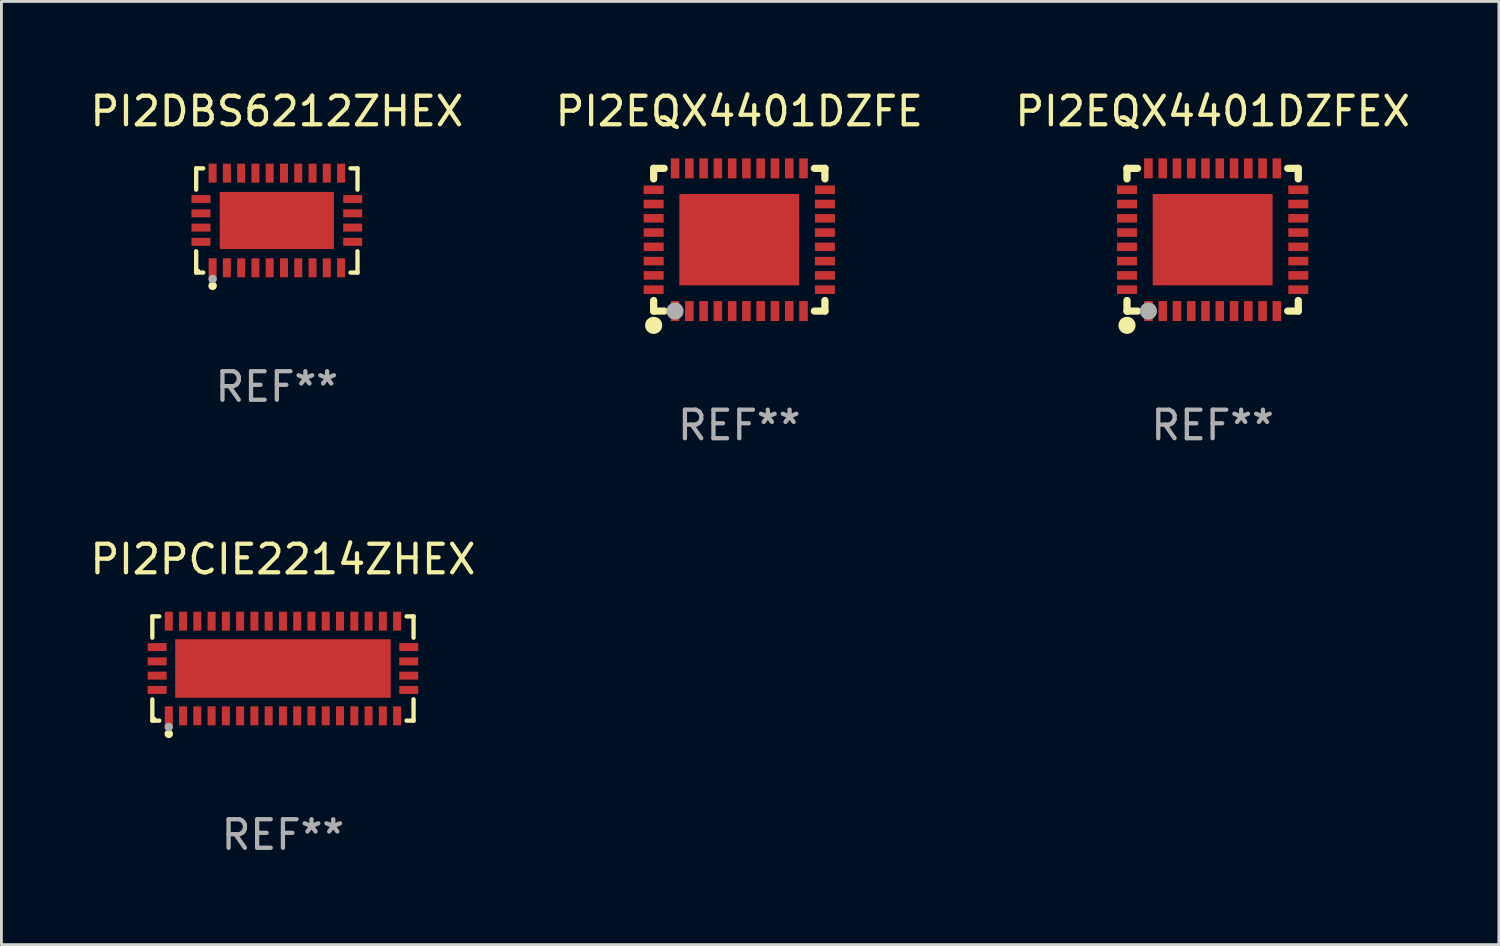
<source format=kicad_pcb>
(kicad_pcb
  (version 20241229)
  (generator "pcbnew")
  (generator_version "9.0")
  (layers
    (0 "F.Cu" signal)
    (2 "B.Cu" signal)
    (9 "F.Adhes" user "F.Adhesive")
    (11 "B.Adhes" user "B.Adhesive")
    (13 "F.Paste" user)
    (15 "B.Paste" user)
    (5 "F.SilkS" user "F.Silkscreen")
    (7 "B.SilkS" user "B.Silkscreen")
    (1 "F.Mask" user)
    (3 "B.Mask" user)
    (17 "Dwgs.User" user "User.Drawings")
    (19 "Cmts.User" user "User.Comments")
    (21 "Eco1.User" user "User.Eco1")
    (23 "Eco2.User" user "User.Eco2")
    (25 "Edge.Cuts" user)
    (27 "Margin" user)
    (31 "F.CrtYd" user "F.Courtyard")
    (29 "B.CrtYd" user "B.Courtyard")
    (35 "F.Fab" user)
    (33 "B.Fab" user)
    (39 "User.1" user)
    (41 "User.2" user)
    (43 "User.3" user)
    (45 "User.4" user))
  (footprint "PI2EQX4401DZFE"
    (layer "F.Cu")
    (at 22.851 5.348)
    (property "Reference" "PI2EQX4401DZFE" (at 0 -4.5 0) (layer "F.SilkS") (effects (font (size 1 1) (thickness 0.15))))
    (attr through_hole)
    (fp_line (start -3 -2.5) (end -3 -2.131) (stroke (width 0.254) (type solid)) (layer "F.SilkS"))
    (fp_line (start -3 -2.5) (end -2.631 -2.5) (stroke (width 0.254) (type solid)) (layer "F.SilkS"))
    (fp_line (start -3 2.131) (end -3 2.5) (stroke (width 0.254) (type solid)) (layer "F.SilkS"))
    (fp_line (start -3 2.5) (end -2.631 2.5) (stroke (width 0.254) (type solid)) (layer "F.SilkS"))
    (fp_line (start 2.631 -2.5) (end 3 -2.5) (stroke (width 0.254) (type solid)) (layer "F.SilkS"))
    (fp_line (start 2.631 2.5) (end 3 2.5) (stroke (width 0.254) (type solid)) (layer "F.SilkS"))
    (fp_line (start 3 -2.131) (end 3 -2.5) (stroke (width 0.254) (type solid)) (layer "F.SilkS"))
    (fp_line (start 3 2.5) (end 3 2.131) (stroke (width 0.254) (type solid)) (layer "F.SilkS"))
    (fp_circle (center -3 2.5) (end -2.97 2.5) (stroke (width 0.06) (type solid)) (fill no) (layer "F.SilkS"))
    (fp_circle (center -3 3) (end -2.85 3) (stroke (width 0.3) (type solid)) (fill no) (layer "F.SilkS"))
    (fp_circle (center -2.25 2.5) (end -2.1 2.5) (stroke (width 0.3) (type solid)) (fill no) (layer "F.Fab"))
    (fp_text user "REF**" (at 0 6.5 0) (layer "F.Fab") (effects (font (size 1 1) (thickness 0.15))))
    (pad "1" smd rect (at -2.25 2.5 180) (size 0.3 0.7) (layers "F.Cu" "F.Mask" "F.Paste"))
    (pad "2" smd rect (at -1.75 2.5 180) (size 0.3 0.7) (layers "F.Cu" "F.Mask" "F.Paste"))
    (pad "3" smd rect (at -1.25 2.5 180) (size 0.3 0.7) (layers "F.Cu" "F.Mask" "F.Paste"))
    (pad "4" smd rect (at -0.75 2.5 180) (size 0.3 0.7) (layers "F.Cu" "F.Mask" "F.Paste"))
    (pad "5" smd rect (at -0.25 2.5 180) (size 0.3 0.7) (layers "F.Cu" "F.Mask" "F.Paste"))
    (pad "6" smd rect (at 0.25 2.5 180) (size 0.3 0.7) (layers "F.Cu" "F.Mask" "F.Paste"))
    (pad "7" smd rect (at 0.75 2.5 180) (size 0.3 0.7) (layers "F.Cu" "F.Mask" "F.Paste"))
    (pad "8" smd rect (at 1.25 2.5 180) (size 0.3 0.7) (layers "F.Cu" "F.Mask" "F.Paste"))
    (pad "9" smd rect (at 1.75 2.5 180) (size 0.3 0.7) (layers "F.Cu" "F.Mask" "F.Paste"))
    (pad "10" smd rect (at 2.25 2.5 180) (size 0.3 0.7) (layers "F.Cu" "F.Mask" "F.Paste"))
    (pad "11" smd rect (at 3 1.75 270) (size 0.3 0.7) (layers "F.Cu" "F.Mask" "F.Paste"))
    (pad "12" smd rect (at 3 1.25 270) (size 0.3 0.7) (layers "F.Cu" "F.Mask" "F.Paste"))
    (pad "13" smd rect (at 3 0.75 270) (size 0.3 0.7) (layers "F.Cu" "F.Mask" "F.Paste"))
    (pad "14" smd rect (at 3 0.25 270) (size 0.3 0.7) (layers "F.Cu" "F.Mask" "F.Paste"))
    (pad "15" smd rect (at 3 -0.25 270) (size 0.3 0.7) (layers "F.Cu" "F.Mask" "F.Paste"))
    (pad "16" smd rect (at 3 -0.75 270) (size 0.3 0.7) (layers "F.Cu" "F.Mask" "F.Paste"))
    (pad "17" smd rect (at 3 -1.25 270) (size 0.3 0.7) (layers "F.Cu" "F.Mask" "F.Paste"))
    (pad "18" smd rect (at 3 -1.75 270) (size 0.3 0.7) (layers "F.Cu" "F.Mask" "F.Paste"))
    (pad "19" smd rect (at 2.25 -2.5) (size 0.3 0.7) (layers "F.Cu" "F.Mask" "F.Paste"))
    (pad "20" smd rect (at 1.75 -2.5) (size 0.3 0.7) (layers "F.Cu" "F.Mask" "F.Paste"))
    (pad "21" smd rect (at 1.25 -2.5) (size 0.3 0.7) (layers "F.Cu" "F.Mask" "F.Paste"))
    (pad "22" smd rect (at 0.75 -2.5) (size 0.3 0.7) (layers "F.Cu" "F.Mask" "F.Paste"))
    (pad "23" smd rect (at 0.25 -2.5) (size 0.3 0.7) (layers "F.Cu" "F.Mask" "F.Paste"))
    (pad "24" smd rect (at -0.25 -2.5) (size 0.3 0.7) (layers "F.Cu" "F.Mask" "F.Paste"))
    (pad "25" smd rect (at -0.75 -2.5) (size 0.3 0.7) (layers "F.Cu" "F.Mask" "F.Paste"))
    (pad "26" smd rect (at -1.25 -2.5) (size 0.3 0.7) (layers "F.Cu" "F.Mask" "F.Paste"))
    (pad "27" smd rect (at -1.75 -2.5) (size 0.3 0.7) (layers "F.Cu" "F.Mask" "F.Paste"))
    (pad "28" smd rect (at -2.25 -2.5) (size 0.3 0.7) (layers "F.Cu" "F.Mask" "F.Paste"))
    (pad "29" smd rect (at -3 -1.75 90) (size 0.3 0.7) (layers "F.Cu" "F.Mask" "F.Paste"))
    (pad "30" smd rect (at -3 -1.25 90) (size 0.3 0.7) (layers "F.Cu" "F.Mask" "F.Paste"))
    (pad "31" smd rect (at -3 -0.75 90) (size 0.3 0.7) (layers "F.Cu" "F.Mask" "F.Paste"))
    (pad "32" smd rect (at -3 -0.25 90) (size 0.3 0.7) (layers "F.Cu" "F.Mask" "F.Paste"))
    (pad "33" smd rect (at -3 0.25 90) (size 0.3 0.7) (layers "F.Cu" "F.Mask" "F.Paste"))
    (pad "34" smd rect (at -3 0.75 90) (size 0.3 0.7) (layers "F.Cu" "F.Mask" "F.Paste"))
    (pad "35" smd rect (at -3 1.25 90) (size 0.3 0.7) (layers "F.Cu" "F.Mask" "F.Paste"))
    (pad "36" smd rect (at -3 1.75 90) (size 0.3 0.7) (layers "F.Cu" "F.Mask" "F.Paste"))
    (pad "37" smd rect (at 0.000038 0.000089 90) (size 3.2 4.2) (layers "F.Cu" "F.Mask" "F.Paste")))
  (footprint "PI2PCIE2214ZHEX"
    (layer "F.Cu")
    (at 6.863 20.371)
    (property "Reference" "PI2PCIE2214ZHEX" (at 0 -3.826 0) (layer "F.SilkS") (effects (font (size 1 1) (thickness 0.15))))
    (attr through_hole)
    (fp_line (start -4.576 -1.826) (end -4.331 -1.826) (stroke (width 0.152) (type solid)) (layer "F.SilkS"))
    (fp_line (start -4.576 -1.08) (end -4.576 -1.826) (stroke (width 0.152) (type solid)) (layer "F.SilkS"))
    (fp_line (start -4.576 1.08) (end -4.576 1.826) (stroke (width 0.152) (type solid)) (layer "F.SilkS"))
    (fp_line (start -4.576 1.826) (end -4.331 1.826) (stroke (width 0.152) (type solid)) (layer "F.SilkS"))
    (fp_line (start 4.576 -1.826) (end 4.331 -1.826) (stroke (width 0.152) (type solid)) (layer "F.SilkS"))
    (fp_line (start 4.576 -1.08) (end 4.576 -1.826) (stroke (width 0.152) (type solid)) (layer "F.SilkS"))
    (fp_line (start 4.576 1.08) (end 4.576 1.826) (stroke (width 0.152) (type solid)) (layer "F.SilkS"))
    (fp_line (start 4.576 1.826) (end 4.331 1.826) (stroke (width 0.152) (type solid)) (layer "F.SilkS"))
    (fp_circle (center -4.5 1.75) (end -4.47 1.75) (stroke (width 0.06) (type solid)) (fill no) (layer "F.SilkS"))
    (fp_circle (center -4 2.29) (end -3.925 2.29) (stroke (width 0.15) (type solid)) (fill no) (layer "F.SilkS"))
    (fp_circle (center -4 2.05) (end -3.925 2.05) (stroke (width 0.15) (type solid)) (fill no) (layer "F.Fab"))
    (fp_text user "REF**" (at 0 5.826 0) (layer "F.Fab") (effects (font (size 1 1) (thickness 0.15))))
    (pad "1" smd rect (at -4 1.658) (size 0.28 0.665) (layers "F.Cu" "F.Mask" "F.Paste"))
    (pad "2" smd rect (at -3.5 1.658) (size 0.28 0.665) (layers "F.Cu" "F.Mask" "F.Paste"))
    (pad "3" smd rect (at -3 1.658) (size 0.28 0.665) (layers "F.Cu" "F.Mask" "F.Paste"))
    (pad "4" smd rect (at -2.5 1.658) (size 0.28 0.665) (layers "F.Cu" "F.Mask" "F.Paste"))
    (pad "5" smd rect (at -2 1.658) (size 0.28 0.665) (layers "F.Cu" "F.Mask" "F.Paste"))
    (pad "6" smd rect (at -1.5 1.658) (size 0.28 0.665) (layers "F.Cu" "F.Mask" "F.Paste"))
    (pad "7" smd rect (at -1 1.658) (size 0.28 0.665) (layers "F.Cu" "F.Mask" "F.Paste"))
    (pad "8" smd rect (at -0.5 1.658) (size 0.28 0.665) (layers "F.Cu" "F.Mask" "F.Paste"))
    (pad "9" smd rect (at 0 1.658) (size 0.28 0.665) (layers "F.Cu" "F.Mask" "F.Paste"))
    (pad "10" smd rect (at 0.5 1.658) (size 0.28 0.665) (layers "F.Cu" "F.Mask" "F.Paste"))
    (pad "11" smd rect (at 1 1.658) (size 0.28 0.665) (layers "F.Cu" "F.Mask" "F.Paste"))
    (pad "12" smd rect (at 1.5 1.658) (size 0.28 0.665) (layers "F.Cu" "F.Mask" "F.Paste"))
    (pad "13" smd rect (at 2 1.658) (size 0.28 0.665) (layers "F.Cu" "F.Mask" "F.Paste"))
    (pad "14" smd rect (at 2.5 1.658) (size 0.28 0.665) (layers "F.Cu" "F.Mask" "F.Paste"))
    (pad "15" smd rect (at 3 1.658) (size 0.28 0.665) (layers "F.Cu" "F.Mask" "F.Paste"))
    (pad "16" smd rect (at 3.5 1.658) (size 0.28 0.665) (layers "F.Cu" "F.Mask" "F.Paste"))
    (pad "17" smd rect (at 4 1.658) (size 0.28 0.665) (layers "F.Cu" "F.Mask" "F.Paste"))
    (pad "18" smd rect (at 4.407 0.75) (size 0.665 0.28) (layers "F.Cu" "F.Mask" "F.Paste"))
    (pad "19" smd rect (at 4.407 0.25) (size 0.665 0.28) (layers "F.Cu" "F.Mask" "F.Paste"))
    (pad "20" smd rect (at 4.407 -0.25) (size 0.665 0.28) (layers "F.Cu" "F.Mask" "F.Paste"))
    (pad "21" smd rect (at 4.407 -0.75) (size 0.665 0.28) (layers "F.Cu" "F.Mask" "F.Paste"))
    (pad "22" smd rect (at 4 -1.658) (size 0.28 0.665) (layers "F.Cu" "F.Mask" "F.Paste"))
    (pad "23" smd rect (at 3.5 -1.658) (size 0.28 0.665) (layers "F.Cu" "F.Mask" "F.Paste"))
    (pad "24" smd rect (at 3 -1.658) (size 0.28 0.665) (layers "F.Cu" "F.Mask" "F.Paste"))
    (pad "25" smd rect (at 2.5 -1.658) (size 0.28 0.665) (layers "F.Cu" "F.Mask" "F.Paste"))
    (pad "26" smd rect (at 2 -1.658) (size 0.28 0.665) (layers "F.Cu" "F.Mask" "F.Paste"))
    (pad "27" smd rect (at 1.5 -1.658) (size 0.28 0.665) (layers "F.Cu" "F.Mask" "F.Paste"))
    (pad "28" smd rect (at 1 -1.658) (size 0.28 0.665) (layers "F.Cu" "F.Mask" "F.Paste"))
    (pad "29" smd rect (at 0.5 -1.658) (size 0.28 0.665) (layers "F.Cu" "F.Mask" "F.Paste"))
    (pad "30" smd rect (at 0 -1.658) (size 0.28 0.665) (layers "F.Cu" "F.Mask" "F.Paste"))
    (pad "31" smd rect (at -0.5 -1.658) (size 0.28 0.665) (layers "F.Cu" "F.Mask" "F.Paste"))
    (pad "32" smd rect (at -1 -1.658) (size 0.28 0.665) (layers "F.Cu" "F.Mask" "F.Paste"))
    (pad "33" smd rect (at -1.5 -1.658) (size 0.28 0.665) (layers "F.Cu" "F.Mask" "F.Paste"))
    (pad "34" smd rect (at -2 -1.658) (size 0.28 0.665) (layers "F.Cu" "F.Mask" "F.Paste"))
    (pad "35" smd rect (at -2.5 -1.658) (size 0.28 0.665) (layers "F.Cu" "F.Mask" "F.Paste"))
    (pad "36" smd rect (at -3 -1.658) (size 0.28 0.665) (layers "F.Cu" "F.Mask" "F.Paste"))
    (pad "37" smd rect (at -3.5 -1.658) (size 0.28 0.665) (layers "F.Cu" "F.Mask" "F.Paste"))
    (pad "38" smd rect (at -4 -1.658) (size 0.28 0.665) (layers "F.Cu" "F.Mask" "F.Paste"))
    (pad "39" smd rect (at -4.407 -0.75) (size 0.665 0.28) (layers "F.Cu" "F.Mask" "F.Paste"))
    (pad "40" smd rect (at -4.407 -0.25) (size 0.665 0.28) (layers "F.Cu" "F.Mask" "F.Paste"))
    (pad "41" smd rect (at -4.407 0.25) (size 0.665 0.28) (layers "F.Cu" "F.Mask" "F.Paste"))
    (pad "42" smd rect (at -4.407 0.75) (size 0.665 0.28) (layers "F.Cu" "F.Mask" "F.Paste"))
    (pad "43" smd rect (at 0 0) (size 7.55 2.05) (layers "F.Cu" "F.Mask" "F.Paste")))
  (footprint "PI2DBS6212ZHEX"
    (layer "F.Cu")
    (at 6.649 4.674)
    (property "Reference" "PI2DBS6212ZHEX" (at 0 -3.826 0) (layer "F.SilkS") (effects (font (size 1 1) (thickness 0.15))))
    (attr through_hole)
    (fp_line (start -2.826 -1.826) (end -2.58 -1.826) (stroke (width 0.152) (type solid)) (layer "F.SilkS"))
    (fp_line (start -2.826 -1.08) (end -2.826 -1.826) (stroke (width 0.152) (type solid)) (layer "F.SilkS"))
    (fp_line (start -2.826 1.08) (end -2.826 1.826) (stroke (width 0.152) (type solid)) (layer "F.SilkS"))
    (fp_line (start -2.826 1.826) (end -2.58 1.826) (stroke (width 0.152) (type solid)) (layer "F.SilkS"))
    (fp_line (start 2.826 -1.826) (end 2.58 -1.826) (stroke (width 0.152) (type solid)) (layer "F.SilkS"))
    (fp_line (start 2.826 -1.08) (end 2.826 -1.826) (stroke (width 0.152) (type solid)) (layer "F.SilkS"))
    (fp_line (start 2.826 1.08) (end 2.826 1.826) (stroke (width 0.152) (type solid)) (layer "F.SilkS"))
    (fp_line (start 2.826 1.826) (end 2.58 1.826) (stroke (width 0.152) (type solid)) (layer "F.SilkS"))
    (fp_circle (center -2.75 1.75) (end -2.72 1.75) (stroke (width 0.06) (type solid)) (fill no) (layer "F.SilkS"))
    (fp_circle (center -2.25 2.29) (end -2.175 2.29) (stroke (width 0.15) (type solid)) (fill no) (layer "F.SilkS"))
    (fp_circle (center -2.25 2.05) (end -2.175 2.05) (stroke (width 0.15) (type solid)) (fill no) (layer "F.Fab"))
    (fp_text user "REF**" (at 0 5.826 0) (layer "F.Fab") (effects (font (size 1 1) (thickness 0.15))))
    (pad "1" smd rect (at -2.25 1.658) (size 0.28 0.665) (layers "F.Cu" "F.Mask" "F.Paste"))
    (pad "2" smd rect (at -1.75 1.658) (size 0.28 0.665) (layers "F.Cu" "F.Mask" "F.Paste"))
    (pad "3" smd rect (at -1.25 1.658) (size 0.28 0.665) (layers "F.Cu" "F.Mask" "F.Paste"))
    (pad "4" smd rect (at -0.75 1.658) (size 0.28 0.665) (layers "F.Cu" "F.Mask" "F.Paste"))
    (pad "5" smd rect (at -0.25 1.658) (size 0.28 0.665) (layers "F.Cu" "F.Mask" "F.Paste"))
    (pad "6" smd rect (at 0.25 1.658) (size 0.28 0.665) (layers "F.Cu" "F.Mask" "F.Paste"))
    (pad "7" smd rect (at 0.75 1.658) (size 0.28 0.665) (layers "F.Cu" "F.Mask" "F.Paste"))
    (pad "8" smd rect (at 1.25 1.658) (size 0.28 0.665) (layers "F.Cu" "F.Mask" "F.Paste"))
    (pad "9" smd rect (at 1.75 1.658) (size 0.28 0.665) (layers "F.Cu" "F.Mask" "F.Paste"))
    (pad "10" smd rect (at 2.25 1.658) (size 0.28 0.665) (layers "F.Cu" "F.Mask" "F.Paste"))
    (pad "11" smd rect (at 2.658 0.75) (size 0.665 0.28) (layers "F.Cu" "F.Mask" "F.Paste"))
    (pad "12" smd rect (at 2.658 0.25) (size 0.665 0.28) (layers "F.Cu" "F.Mask" "F.Paste"))
    (pad "13" smd rect (at 2.658 -0.25) (size 0.665 0.28) (layers "F.Cu" "F.Mask" "F.Paste"))
    (pad "14" smd rect (at 2.658 -0.75) (size 0.665 0.28) (layers "F.Cu" "F.Mask" "F.Paste"))
    (pad "15" smd rect (at 2.25 -1.658) (size 0.28 0.665) (layers "F.Cu" "F.Mask" "F.Paste"))
    (pad "16" smd rect (at 1.75 -1.658) (size 0.28 0.665) (layers "F.Cu" "F.Mask" "F.Paste"))
    (pad "17" smd rect (at 1.25 -1.658) (size 0.28 0.665) (layers "F.Cu" "F.Mask" "F.Paste"))
    (pad "18" smd rect (at 0.75 -1.658) (size 0.28 0.665) (layers "F.Cu" "F.Mask" "F.Paste"))
    (pad "19" smd rect (at 0.25 -1.658) (size 0.28 0.665) (layers "F.Cu" "F.Mask" "F.Paste"))
    (pad "20" smd rect (at -0.25 -1.658) (size 0.28 0.665) (layers "F.Cu" "F.Mask" "F.Paste"))
    (pad "21" smd rect (at -0.75 -1.658) (size 0.28 0.665) (layers "F.Cu" "F.Mask" "F.Paste"))
    (pad "22" smd rect (at -1.25 -1.658) (size 0.28 0.665) (layers "F.Cu" "F.Mask" "F.Paste"))
    (pad "23" smd rect (at -1.75 -1.658) (size 0.28 0.665) (layers "F.Cu" "F.Mask" "F.Paste"))
    (pad "24" smd rect (at -2.25 -1.658) (size 0.28 0.665) (layers "F.Cu" "F.Mask" "F.Paste"))
    (pad "25" smd rect (at -2.658 -0.75) (size 0.665 0.28) (layers "F.Cu" "F.Mask" "F.Paste"))
    (pad "26" smd rect (at -2.658 -0.25) (size 0.665 0.28) (layers "F.Cu" "F.Mask" "F.Paste"))
    (pad "27" smd rect (at -2.658 0.25) (size 0.665 0.28) (layers "F.Cu" "F.Mask" "F.Paste"))
    (pad "28" smd rect (at -2.658 0.75) (size 0.665 0.28) (layers "F.Cu" "F.Mask" "F.Paste"))
    (pad "29" smd rect (at 0 0) (size 4 2) (layers "F.Cu" "F.Mask" "F.Paste")))
  (footprint "PI2EQX4401DZFEX"
    (layer "F.Cu")
    (at 39.435 5.348)
    (property "Reference" "PI2EQX4401DZFEX" (at 0 -4.5 0) (layer "F.SilkS") (effects (font (size 1 1) (thickness 0.15))))
    (attr through_hole)
    (fp_line (start -3 -2.5) (end -3 -2.131) (stroke (width 0.254) (type solid)) (layer "F.SilkS"))
    (fp_line (start -3 -2.5) (end -2.631 -2.5) (stroke (width 0.254) (type solid)) (layer "F.SilkS"))
    (fp_line (start -3 2.131) (end -3 2.5) (stroke (width 0.254) (type solid)) (layer "F.SilkS"))
    (fp_line (start -3 2.5) (end -2.631 2.5) (stroke (width 0.254) (type solid)) (layer "F.SilkS"))
    (fp_line (start 2.631 -2.5) (end 3 -2.5) (stroke (width 0.254) (type solid)) (layer "F.SilkS"))
    (fp_line (start 2.631 2.5) (end 3 2.5) (stroke (width 0.254) (type solid)) (layer "F.SilkS"))
    (fp_line (start 3 -2.131) (end 3 -2.5) (stroke (width 0.254) (type solid)) (layer "F.SilkS"))
    (fp_line (start 3 2.5) (end 3 2.131) (stroke (width 0.254) (type solid)) (layer "F.SilkS"))
    (fp_circle (center -3 2.5) (end -2.97 2.5) (stroke (width 0.06) (type solid)) (fill no) (layer "F.SilkS"))
    (fp_circle (center -3 3) (end -2.85 3) (stroke (width 0.3) (type solid)) (fill no) (layer "F.SilkS"))
    (fp_circle (center -2.25 2.5) (end -2.1 2.5) (stroke (width 0.3) (type solid)) (fill no) (layer "F.Fab"))
    (fp_text user "REF**" (at 0 6.5 0) (layer "F.Fab") (effects (font (size 1 1) (thickness 0.15))))
    (pad "1" smd rect (at -2.25 2.5 180) (size 0.3 0.7) (layers "F.Cu" "F.Mask" "F.Paste"))
    (pad "2" smd rect (at -1.75 2.5 180) (size 0.3 0.7) (layers "F.Cu" "F.Mask" "F.Paste"))
    (pad "3" smd rect (at -1.25 2.5 180) (size 0.3 0.7) (layers "F.Cu" "F.Mask" "F.Paste"))
    (pad "4" smd rect (at -0.75 2.5 180) (size 0.3 0.7) (layers "F.Cu" "F.Mask" "F.Paste"))
    (pad "5" smd rect (at -0.25 2.5 180) (size 0.3 0.7) (layers "F.Cu" "F.Mask" "F.Paste"))
    (pad "6" smd rect (at 0.25 2.5 180) (size 0.3 0.7) (layers "F.Cu" "F.Mask" "F.Paste"))
    (pad "7" smd rect (at 0.75 2.5 180) (size 0.3 0.7) (layers "F.Cu" "F.Mask" "F.Paste"))
    (pad "8" smd rect (at 1.25 2.5 180) (size 0.3 0.7) (layers "F.Cu" "F.Mask" "F.Paste"))
    (pad "9" smd rect (at 1.75 2.5 180) (size 0.3 0.7) (layers "F.Cu" "F.Mask" "F.Paste"))
    (pad "10" smd rect (at 2.25 2.5 180) (size 0.3 0.7) (layers "F.Cu" "F.Mask" "F.Paste"))
    (pad "11" smd rect (at 3 1.75 270) (size 0.3 0.7) (layers "F.Cu" "F.Mask" "F.Paste"))
    (pad "12" smd rect (at 3 1.25 270) (size 0.3 0.7) (layers "F.Cu" "F.Mask" "F.Paste"))
    (pad "13" smd rect (at 3 0.75 270) (size 0.3 0.7) (layers "F.Cu" "F.Mask" "F.Paste"))
    (pad "14" smd rect (at 3 0.25 270) (size 0.3 0.7) (layers "F.Cu" "F.Mask" "F.Paste"))
    (pad "15" smd rect (at 3 -0.25 270) (size 0.3 0.7) (layers "F.Cu" "F.Mask" "F.Paste"))
    (pad "16" smd rect (at 3 -0.75 270) (size 0.3 0.7) (layers "F.Cu" "F.Mask" "F.Paste"))
    (pad "17" smd rect (at 3 -1.25 270) (size 0.3 0.7) (layers "F.Cu" "F.Mask" "F.Paste"))
    (pad "18" smd rect (at 3 -1.75 270) (size 0.3 0.7) (layers "F.Cu" "F.Mask" "F.Paste"))
    (pad "19" smd rect (at 2.25 -2.5) (size 0.3 0.7) (layers "F.Cu" "F.Mask" "F.Paste"))
    (pad "20" smd rect (at 1.75 -2.5) (size 0.3 0.7) (layers "F.Cu" "F.Mask" "F.Paste"))
    (pad "21" smd rect (at 1.25 -2.5) (size 0.3 0.7) (layers "F.Cu" "F.Mask" "F.Paste"))
    (pad "22" smd rect (at 0.75 -2.5) (size 0.3 0.7) (layers "F.Cu" "F.Mask" "F.Paste"))
    (pad "23" smd rect (at 0.25 -2.5) (size 0.3 0.7) (layers "F.Cu" "F.Mask" "F.Paste"))
    (pad "24" smd rect (at -0.25 -2.5) (size 0.3 0.7) (layers "F.Cu" "F.Mask" "F.Paste"))
    (pad "25" smd rect (at -0.75 -2.5) (size 0.3 0.7) (layers "F.Cu" "F.Mask" "F.Paste"))
    (pad "26" smd rect (at -1.25 -2.5) (size 0.3 0.7) (layers "F.Cu" "F.Mask" "F.Paste"))
    (pad "27" smd rect (at -1.75 -2.5) (size 0.3 0.7) (layers "F.Cu" "F.Mask" "F.Paste"))
    (pad "28" smd rect (at -2.25 -2.5) (size 0.3 0.7) (layers "F.Cu" "F.Mask" "F.Paste"))
    (pad "29" smd rect (at -3 -1.75 90) (size 0.3 0.7) (layers "F.Cu" "F.Mask" "F.Paste"))
    (pad "30" smd rect (at -3 -1.25 90) (size 0.3 0.7) (layers "F.Cu" "F.Mask" "F.Paste"))
    (pad "31" smd rect (at -3 -0.75 90) (size 0.3 0.7) (layers "F.Cu" "F.Mask" "F.Paste"))
    (pad "32" smd rect (at -3 -0.25 90) (size 0.3 0.7) (layers "F.Cu" "F.Mask" "F.Paste"))
    (pad "33" smd rect (at -3 0.25 90) (size 0.3 0.7) (layers "F.Cu" "F.Mask" "F.Paste"))
    (pad "34" smd rect (at -3 0.75 90) (size 0.3 0.7) (layers "F.Cu" "F.Mask" "F.Paste"))
    (pad "35" smd rect (at -3 1.25 90) (size 0.3 0.7) (layers "F.Cu" "F.Mask" "F.Paste"))
    (pad "36" smd rect (at -3 1.75 90) (size 0.3 0.7) (layers "F.Cu" "F.Mask" "F.Paste"))
    (pad "37" smd rect (at 0.000038 0.000089 90) (size 3.2 4.2) (layers "F.Cu" "F.Mask" "F.Paste")))
  (gr_rect
    (start -3 -3)
    (end 49.464 30.046)
    (stroke (width 0.1) (type default))
    (fill no)
    (layer "Edge.Cuts")))
</source>
